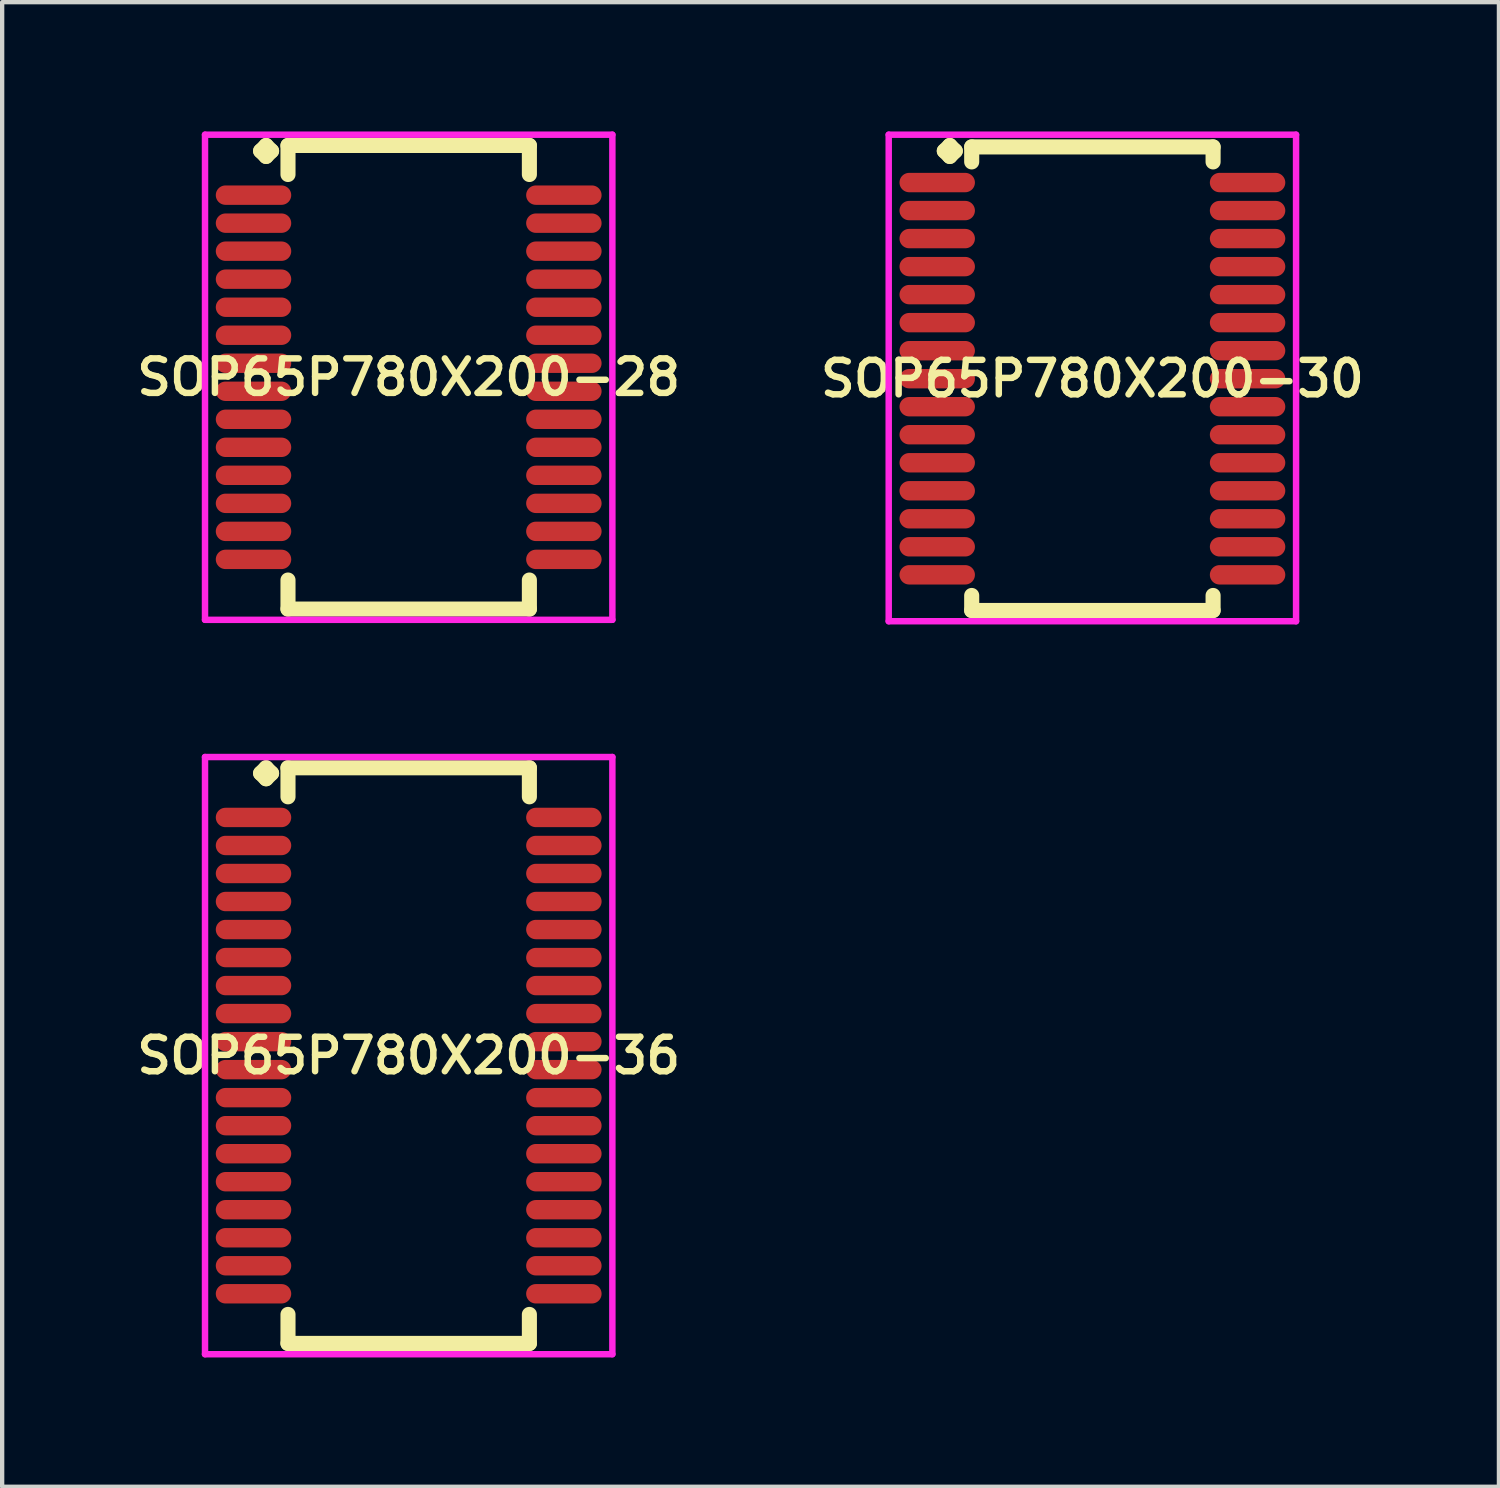
<source format=kicad_pcb>
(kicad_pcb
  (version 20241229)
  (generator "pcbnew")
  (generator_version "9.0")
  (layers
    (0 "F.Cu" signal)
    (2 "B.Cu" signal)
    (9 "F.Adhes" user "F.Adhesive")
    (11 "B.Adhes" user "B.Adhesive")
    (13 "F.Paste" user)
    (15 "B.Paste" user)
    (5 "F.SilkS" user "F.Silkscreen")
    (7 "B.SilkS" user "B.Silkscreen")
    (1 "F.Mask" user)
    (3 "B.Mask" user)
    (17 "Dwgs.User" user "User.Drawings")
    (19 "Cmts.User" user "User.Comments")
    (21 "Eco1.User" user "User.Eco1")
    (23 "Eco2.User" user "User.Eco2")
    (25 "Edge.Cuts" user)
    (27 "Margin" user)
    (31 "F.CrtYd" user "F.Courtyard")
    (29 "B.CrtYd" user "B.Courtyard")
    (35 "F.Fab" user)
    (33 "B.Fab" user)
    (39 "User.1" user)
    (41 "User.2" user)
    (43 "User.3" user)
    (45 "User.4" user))
  (footprint "SOP65P780X200-30"
    (layer "F.Cu")
    (at 22.292 5.735)
    (property "Reference" "SOP65P780X200-30" (at 0 0 0) (layer "F.SilkS") (effects (font (size 0.8 0.8) (thickness 0.15))))
    (attr through_hole)
    (fp_line (start -3.435 -5.283) (end -3.308 -5.41) (stroke (width 0.35) (type solid)) (layer "F.SilkS"))
    (fp_line (start -3.308 -5.41) (end -3.181 -5.283) (stroke (width 0.35) (type solid)) (layer "F.SilkS"))
    (fp_line (start -3.308 -5.156) (end -3.435 -5.283) (stroke (width 0.35) (type solid)) (layer "F.SilkS"))
    (fp_line (start -3.181 -5.283) (end -3.308 -5.156) (stroke (width 0.35) (type solid)) (layer "F.SilkS"))
    (fp_line (start -2.8 -5.377) (end 2.8 -5.377) (stroke (width 0.35) (type solid)) (layer "F.SilkS"))
    (fp_line (start -2.8 -5.029) (end -2.8 -5.377) (stroke (width 0.35) (type solid)) (layer "F.SilkS"))
    (fp_line (start -2.8 5.029) (end -2.8 5.377) (stroke (width 0.35) (type solid)) (layer "F.SilkS"))
    (fp_line (start -2.8 5.377) (end 2.8 5.377) (stroke (width 0.35) (type solid)) (layer "F.SilkS"))
    (fp_line (start 2.8 -5.377) (end 2.8 -5.029) (stroke (width 0.35) (type solid)) (layer "F.SilkS"))
    (fp_line (start 2.8 5.377) (end 2.8 5.029) (stroke (width 0.35) (type solid)) (layer "F.SilkS"))
    (fp_line (start -4.725 -5.66) (end 4.725 -5.66) (stroke (width 0.15) (type solid)) (layer "F.CrtYd"))
    (fp_line (start -4.725 5.627) (end -4.725 -5.66) (stroke (width 0.15) (type solid)) (layer "F.CrtYd"))
    (fp_line (start 4.725 -5.66) (end 4.725 5.627) (stroke (width 0.15) (type solid)) (layer "F.CrtYd"))
    (fp_line (start 4.725 5.627) (end -4.725 5.627) (stroke (width 0.15) (type solid)) (layer "F.CrtYd"))
    (pad "1" smd oval (at -3.6 -4.55) (size 1.75 0.45) (layers "F.Cu" "F.Mask" "F.Paste"))
    (pad "2" smd oval (at -3.6 -3.9) (size 1.75 0.45) (layers "F.Cu" "F.Mask" "F.Paste"))
    (pad "3" smd oval (at -3.6 -3.25) (size 1.75 0.45) (layers "F.Cu" "F.Mask" "F.Paste"))
    (pad "4" smd oval (at -3.6 -2.6) (size 1.75 0.45) (layers "F.Cu" "F.Mask" "F.Paste"))
    (pad "5" smd oval (at -3.6 -1.95) (size 1.75 0.45) (layers "F.Cu" "F.Mask" "F.Paste"))
    (pad "6" smd oval (at -3.6 -1.3) (size 1.75 0.45) (layers "F.Cu" "F.Mask" "F.Paste"))
    (pad "7" smd oval (at -3.6 -0.65) (size 1.75 0.45) (layers "F.Cu" "F.Mask" "F.Paste"))
    (pad "8" smd oval (at -3.6 0) (size 1.75 0.45) (layers "F.Cu" "F.Mask" "F.Paste"))
    (pad "9" smd oval (at -3.6 0.65) (size 1.75 0.45) (layers "F.Cu" "F.Mask" "F.Paste"))
    (pad "10" smd oval (at -3.6 1.3) (size 1.75 0.45) (layers "F.Cu" "F.Mask" "F.Paste"))
    (pad "11" smd oval (at -3.6 1.95) (size 1.75 0.45) (layers "F.Cu" "F.Mask" "F.Paste"))
    (pad "12" smd oval (at -3.6 2.6) (size 1.75 0.45) (layers "F.Cu" "F.Mask" "F.Paste"))
    (pad "13" smd oval (at -3.6 3.25) (size 1.75 0.45) (layers "F.Cu" "F.Mask" "F.Paste"))
    (pad "14" smd oval (at -3.6 3.9) (size 1.75 0.45) (layers "F.Cu" "F.Mask" "F.Paste"))
    (pad "15" smd oval (at -3.6 4.55) (size 1.75 0.45) (layers "F.Cu" "F.Mask" "F.Paste"))
    (pad "16" smd oval (at 3.6 4.55) (size 1.75 0.45) (layers "F.Cu" "F.Mask" "F.Paste"))
    (pad "17" smd oval (at 3.6 3.9) (size 1.75 0.45) (layers "F.Cu" "F.Mask" "F.Paste"))
    (pad "18" smd oval (at 3.6 3.25) (size 1.75 0.45) (layers "F.Cu" "F.Mask" "F.Paste"))
    (pad "19" smd oval (at 3.6 2.6) (size 1.75 0.45) (layers "F.Cu" "F.Mask" "F.Paste"))
    (pad "20" smd oval (at 3.6 1.95) (size 1.75 0.45) (layers "F.Cu" "F.Mask" "F.Paste"))
    (pad "21" smd oval (at 3.6 1.3) (size 1.75 0.45) (layers "F.Cu" "F.Mask" "F.Paste"))
    (pad "22" smd oval (at 3.6 0.65) (size 1.75 0.45) (layers "F.Cu" "F.Mask" "F.Paste"))
    (pad "23" smd oval (at 3.6 0) (size 1.75 0.45) (layers "F.Cu" "F.Mask" "F.Paste"))
    (pad "24" smd oval (at 3.6 -0.65) (size 1.75 0.45) (layers "F.Cu" "F.Mask" "F.Paste"))
    (pad "25" smd oval (at 3.6 -1.3) (size 1.75 0.45) (layers "F.Cu" "F.Mask" "F.Paste"))
    (pad "26" smd oval (at 3.6 -1.95) (size 1.75 0.45) (layers "F.Cu" "F.Mask" "F.Paste"))
    (pad "27" smd oval (at 3.6 -2.6) (size 1.75 0.45) (layers "F.Cu" "F.Mask" "F.Paste"))
    (pad "28" smd oval (at 3.6 -3.25) (size 1.75 0.45) (layers "F.Cu" "F.Mask" "F.Paste"))
    (pad "29" smd oval (at 3.6 -3.9) (size 1.75 0.45) (layers "F.Cu" "F.Mask" "F.Paste"))
    (pad "30" smd oval (at 3.6 -4.55) (size 1.75 0.45) (layers "F.Cu" "F.Mask" "F.Paste")))
  (footprint "SOP65P780X200-36"
    (layer "F.Cu")
    (at 6.431 21.439)
    (property "Reference" "SOP65P780X200-36" (at 0 0 0) (layer "F.SilkS") (effects (font (size 0.8 0.8) (thickness 0.15))))
    (attr smd)
    (fp_line (start -3.435 -6.55) (end -3.308 -6.677) (stroke (width 0.35) (type solid)) (layer "F.SilkS"))
    (fp_line (start -3.308 -6.677) (end -3.181 -6.55) (stroke (width 0.35) (type solid)) (layer "F.SilkS"))
    (fp_line (start -3.308 -6.423) (end -3.435 -6.55) (stroke (width 0.35) (type solid)) (layer "F.SilkS"))
    (fp_line (start -3.181 -6.55) (end -3.308 -6.423) (stroke (width 0.35) (type solid)) (layer "F.SilkS"))
    (fp_line (start -2.8 -6.677) (end 2.8 -6.677) (stroke (width 0.35) (type solid)) (layer "F.SilkS"))
    (fp_line (start -2.8 -6.004) (end -2.8 -6.677) (stroke (width 0.35) (type solid)) (layer "F.SilkS"))
    (fp_line (start -2.8 6.004) (end -2.8 6.677) (stroke (width 0.35) (type solid)) (layer "F.SilkS"))
    (fp_line (start -2.8 6.677) (end 2.8 6.677) (stroke (width 0.35) (type solid)) (layer "F.SilkS"))
    (fp_line (start 2.8 -6.677) (end 2.8 -6.004) (stroke (width 0.35) (type solid)) (layer "F.SilkS"))
    (fp_line (start 2.8 6.677) (end 2.8 6.004) (stroke (width 0.35) (type solid)) (layer "F.SilkS"))
    (fp_line (start -4.725 -6.927) (end 4.725 -6.927) (stroke (width 0.15) (type solid)) (layer "F.CrtYd"))
    (fp_line (start -4.725 6.927) (end -4.725 -6.927) (stroke (width 0.15) (type solid)) (layer "F.CrtYd"))
    (fp_line (start 4.725 -6.927) (end 4.725 6.927) (stroke (width 0.15) (type solid)) (layer "F.CrtYd"))
    (fp_line (start 4.725 6.927) (end -4.725 6.927) (stroke (width 0.15) (type solid)) (layer "F.CrtYd"))
    (pad "1" smd oval (at -3.6 -5.525) (size 1.75 0.45) (layers "F.Cu" "F.Mask" "F.Paste"))
    (pad "2" smd oval (at -3.6 -4.875) (size 1.75 0.45) (layers "F.Cu" "F.Mask" "F.Paste"))
    (pad "3" smd oval (at -3.6 -4.225) (size 1.75 0.45) (layers "F.Cu" "F.Mask" "F.Paste"))
    (pad "4" smd oval (at -3.6 -3.575) (size 1.75 0.45) (layers "F.Cu" "F.Mask" "F.Paste"))
    (pad "5" smd oval (at -3.6 -2.925) (size 1.75 0.45) (layers "F.Cu" "F.Mask" "F.Paste"))
    (pad "6" smd oval (at -3.6 -2.275) (size 1.75 0.45) (layers "F.Cu" "F.Mask" "F.Paste"))
    (pad "7" smd oval (at -3.6 -1.625) (size 1.75 0.45) (layers "F.Cu" "F.Mask" "F.Paste"))
    (pad "8" smd oval (at -3.6 -0.975) (size 1.75 0.45) (layers "F.Cu" "F.Mask" "F.Paste"))
    (pad "9" smd oval (at -3.6 -0.325) (size 1.75 0.45) (layers "F.Cu" "F.Mask" "F.Paste"))
    (pad "10" smd oval (at -3.6 0.325) (size 1.75 0.45) (layers "F.Cu" "F.Mask" "F.Paste"))
    (pad "11" smd oval (at -3.6 0.975) (size 1.75 0.45) (layers "F.Cu" "F.Mask" "F.Paste"))
    (pad "12" smd oval (at -3.6 1.625) (size 1.75 0.45) (layers "F.Cu" "F.Mask" "F.Paste"))
    (pad "13" smd oval (at -3.6 2.275) (size 1.75 0.45) (layers "F.Cu" "F.Mask" "F.Paste"))
    (pad "14" smd oval (at -3.6 2.925) (size 1.75 0.45) (layers "F.Cu" "F.Mask" "F.Paste"))
    (pad "15" smd oval (at -3.6 3.575) (size 1.75 0.45) (layers "F.Cu" "F.Mask" "F.Paste"))
    (pad "16" smd oval (at -3.6 4.225) (size 1.75 0.45) (layers "F.Cu" "F.Mask" "F.Paste"))
    (pad "17" smd oval (at -3.6 4.875) (size 1.75 0.45) (layers "F.Cu" "F.Mask" "F.Paste"))
    (pad "18" smd oval (at -3.6 5.525) (size 1.75 0.45) (layers "F.Cu" "F.Mask" "F.Paste"))
    (pad "19" smd oval (at 3.6 5.525) (size 1.75 0.45) (layers "F.Cu" "F.Mask" "F.Paste"))
    (pad "20" smd oval (at 3.6 4.875) (size 1.75 0.45) (layers "F.Cu" "F.Mask" "F.Paste"))
    (pad "21" smd oval (at 3.6 4.225) (size 1.75 0.45) (layers "F.Cu" "F.Mask" "F.Paste"))
    (pad "22" smd oval (at 3.6 3.575) (size 1.75 0.45) (layers "F.Cu" "F.Mask" "F.Paste"))
    (pad "23" smd oval (at 3.6 2.925) (size 1.75 0.45) (layers "F.Cu" "F.Mask" "F.Paste"))
    (pad "24" smd oval (at 3.6 2.275) (size 1.75 0.45) (layers "F.Cu" "F.Mask" "F.Paste"))
    (pad "25" smd oval (at 3.6 1.625) (size 1.75 0.45) (layers "F.Cu" "F.Mask" "F.Paste"))
    (pad "26" smd oval (at 3.6 0.975) (size 1.75 0.45) (layers "F.Cu" "F.Mask" "F.Paste"))
    (pad "27" smd oval (at 3.6 0.325) (size 1.75 0.45) (layers "F.Cu" "F.Mask" "F.Paste"))
    (pad "28" smd oval (at 3.6 -0.325) (size 1.75 0.45) (layers "F.Cu" "F.Mask" "F.Paste"))
    (pad "29" smd oval (at 3.6 -0.975) (size 1.75 0.45) (layers "F.Cu" "F.Mask" "F.Paste"))
    (pad "30" smd oval (at 3.6 -1.625) (size 1.75 0.45) (layers "F.Cu" "F.Mask" "F.Paste"))
    (pad "31" smd oval (at 3.6 -2.275) (size 1.75 0.45) (layers "F.Cu" "F.Mask" "F.Paste"))
    (pad "32" smd oval (at 3.6 -2.925) (size 1.75 0.45) (layers "F.Cu" "F.Mask" "F.Paste"))
    (pad "33" smd oval (at 3.6 -3.575) (size 1.75 0.45) (layers "F.Cu" "F.Mask" "F.Paste"))
    (pad "34" smd oval (at 3.6 -4.225) (size 1.75 0.45) (layers "F.Cu" "F.Mask" "F.Paste"))
    (pad "35" smd oval (at 3.6 -4.875) (size 1.75 0.45) (layers "F.Cu" "F.Mask" "F.Paste"))
    (pad "36" smd oval (at 3.6 -5.525) (size 1.75 0.45) (layers "F.Cu" "F.Mask" "F.Paste")))
  (footprint "SOP65P780X200-28"
    (layer "F.Cu")
    (at 6.431 5.702)
    (property "Reference" "SOP65P780X200-28" (at 0 0 0) (layer "F.SilkS") (effects (font (size 0.8 0.8) (thickness 0.15))))
    (attr smd)
    (fp_line (start -3.435 -5.25) (end -3.308 -5.377) (stroke (width 0.35) (type solid)) (layer "F.SilkS"))
    (fp_line (start -3.308 -5.377) (end -3.181 -5.25) (stroke (width 0.35) (type solid)) (layer "F.SilkS"))
    (fp_line (start -3.308 -5.123) (end -3.435 -5.25) (stroke (width 0.35) (type solid)) (layer "F.SilkS"))
    (fp_line (start -3.181 -5.25) (end -3.308 -5.123) (stroke (width 0.35) (type solid)) (layer "F.SilkS"))
    (fp_line (start -2.8 -5.377) (end 2.8 -5.377) (stroke (width 0.35) (type solid)) (layer "F.SilkS"))
    (fp_line (start -2.8 -4.704) (end -2.8 -5.377) (stroke (width 0.35) (type solid)) (layer "F.SilkS"))
    (fp_line (start -2.8 4.704) (end -2.8 5.377) (stroke (width 0.35) (type solid)) (layer "F.SilkS"))
    (fp_line (start -2.8 5.377) (end 2.8 5.377) (stroke (width 0.35) (type solid)) (layer "F.SilkS"))
    (fp_line (start 2.8 -5.377) (end 2.8 -4.704) (stroke (width 0.35) (type solid)) (layer "F.SilkS"))
    (fp_line (start 2.8 5.377) (end 2.8 4.704) (stroke (width 0.35) (type solid)) (layer "F.SilkS"))
    (fp_line (start -4.725 -5.627) (end 4.725 -5.627) (stroke (width 0.15) (type solid)) (layer "F.CrtYd"))
    (fp_line (start -4.725 5.627) (end -4.725 -5.627) (stroke (width 0.15) (type solid)) (layer "F.CrtYd"))
    (fp_line (start 4.725 -5.627) (end 4.725 5.627) (stroke (width 0.15) (type solid)) (layer "F.CrtYd"))
    (fp_line (start 4.725 5.627) (end -4.725 5.627) (stroke (width 0.15) (type solid)) (layer "F.CrtYd"))
    (pad "1" smd oval (at -3.6 -4.225) (size 1.75 0.45) (layers "F.Cu" "F.Mask" "F.Paste"))
    (pad "2" smd oval (at -3.6 -3.575) (size 1.75 0.45) (layers "F.Cu" "F.Mask" "F.Paste"))
    (pad "3" smd oval (at -3.6 -2.925) (size 1.75 0.45) (layers "F.Cu" "F.Mask" "F.Paste"))
    (pad "4" smd oval (at -3.6 -2.275) (size 1.75 0.45) (layers "F.Cu" "F.Mask" "F.Paste"))
    (pad "5" smd oval (at -3.6 -1.625) (size 1.75 0.45) (layers "F.Cu" "F.Mask" "F.Paste"))
    (pad "6" smd oval (at -3.6 -0.975) (size 1.75 0.45) (layers "F.Cu" "F.Mask" "F.Paste"))
    (pad "7" smd oval (at -3.6 -0.325) (size 1.75 0.45) (layers "F.Cu" "F.Mask" "F.Paste"))
    (pad "8" smd oval (at -3.6 0.325) (size 1.75 0.45) (layers "F.Cu" "F.Mask" "F.Paste"))
    (pad "9" smd oval (at -3.6 0.975) (size 1.75 0.45) (layers "F.Cu" "F.Mask" "F.Paste"))
    (pad "10" smd oval (at -3.6 1.625) (size 1.75 0.45) (layers "F.Cu" "F.Mask" "F.Paste"))
    (pad "11" smd oval (at -3.6 2.275) (size 1.75 0.45) (layers "F.Cu" "F.Mask" "F.Paste"))
    (pad "12" smd oval (at -3.6 2.925) (size 1.75 0.45) (layers "F.Cu" "F.Mask" "F.Paste"))
    (pad "13" smd oval (at -3.6 3.575) (size 1.75 0.45) (layers "F.Cu" "F.Mask" "F.Paste"))
    (pad "14" smd oval (at -3.6 4.225) (size 1.75 0.45) (layers "F.Cu" "F.Mask" "F.Paste"))
    (pad "15" smd oval (at 3.6 4.225) (size 1.75 0.45) (layers "F.Cu" "F.Mask" "F.Paste"))
    (pad "16" smd oval (at 3.6 3.575) (size 1.75 0.45) (layers "F.Cu" "F.Mask" "F.Paste"))
    (pad "17" smd oval (at 3.6 2.925) (size 1.75 0.45) (layers "F.Cu" "F.Mask" "F.Paste"))
    (pad "18" smd oval (at 3.6 2.275) (size 1.75 0.45) (layers "F.Cu" "F.Mask" "F.Paste"))
    (pad "19" smd oval (at 3.6 1.625) (size 1.75 0.45) (layers "F.Cu" "F.Mask" "F.Paste"))
    (pad "20" smd oval (at 3.6 0.975) (size 1.75 0.45) (layers "F.Cu" "F.Mask" "F.Paste"))
    (pad "21" smd oval (at 3.6 0.325) (size 1.75 0.45) (layers "F.Cu" "F.Mask" "F.Paste"))
    (pad "22" smd oval (at 3.6 -0.325) (size 1.75 0.45) (layers "F.Cu" "F.Mask" "F.Paste"))
    (pad "23" smd oval (at 3.6 -0.975) (size 1.75 0.45) (layers "F.Cu" "F.Mask" "F.Paste"))
    (pad "24" smd oval (at 3.6 -1.625) (size 1.75 0.45) (layers "F.Cu" "F.Mask" "F.Paste"))
    (pad "25" smd oval (at 3.6 -2.275) (size 1.75 0.45) (layers "F.Cu" "F.Mask" "F.Paste"))
    (pad "26" smd oval (at 3.6 -2.925) (size 1.75 0.45) (layers "F.Cu" "F.Mask" "F.Paste"))
    (pad "27" smd oval (at 3.6 -3.575) (size 1.75 0.45) (layers "F.Cu" "F.Mask" "F.Paste"))
    (pad "28" smd oval (at 3.6 -4.225) (size 1.75 0.45) (layers "F.Cu" "F.Mask" "F.Paste")))
  (gr_rect
    (start -3 -3)
    (end 31.723 31.441)
    (stroke (width 0.1) (type default))
    (fill no)
    (layer "Edge.Cuts")))
</source>
